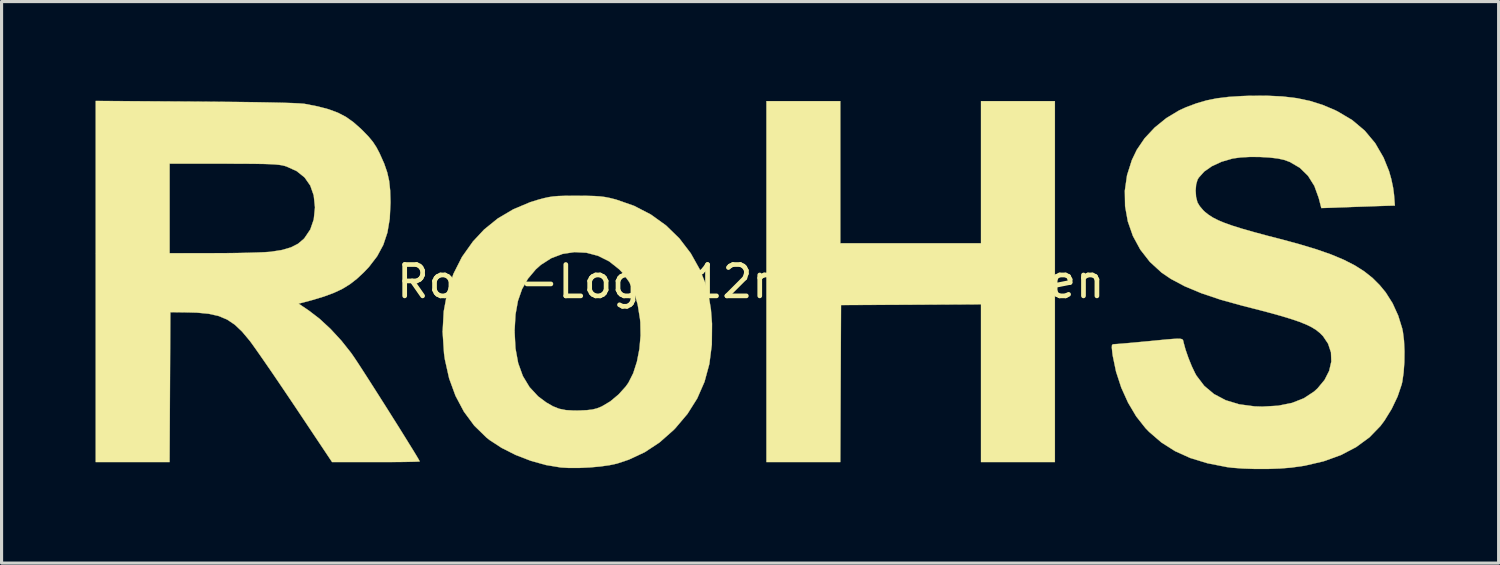
<source format=kicad_pcb>
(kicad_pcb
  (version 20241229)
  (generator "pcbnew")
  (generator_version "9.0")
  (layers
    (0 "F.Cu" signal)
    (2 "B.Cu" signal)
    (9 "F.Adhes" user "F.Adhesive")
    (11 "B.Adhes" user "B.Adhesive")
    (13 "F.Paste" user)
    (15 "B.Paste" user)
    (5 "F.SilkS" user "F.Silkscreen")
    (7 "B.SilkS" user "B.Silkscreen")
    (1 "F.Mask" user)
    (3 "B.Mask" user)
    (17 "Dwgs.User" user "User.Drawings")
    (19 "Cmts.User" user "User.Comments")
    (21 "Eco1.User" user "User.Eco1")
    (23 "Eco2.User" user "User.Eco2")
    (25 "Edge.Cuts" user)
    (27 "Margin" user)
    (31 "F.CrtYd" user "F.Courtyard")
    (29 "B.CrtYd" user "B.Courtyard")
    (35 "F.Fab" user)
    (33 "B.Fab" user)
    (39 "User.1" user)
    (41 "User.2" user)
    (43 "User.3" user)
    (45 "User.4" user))
  (footprint "RoHS-Logo_12mm_SilkScreen"
    (layer "F.Cu")
    (at 20.915 5.939)
    (property "Reference" "RoHS-Logo_12mm_SilkScreen" (at 0 0 0) (layer "F.SilkS") (effects (font (size 1 1) (thickness 0.15))))
    (attr exclude_from_pos_files exclude_from_bom)
    (fp_poly (pts (xy 2.857 -1.225) (xy 7.348 -1.225) (xy 7.348 -5.76) (xy 9.706 -5.76) (xy 9.706 5.76) (xy 7.348 5.76) (xy 7.348 0.725) (xy 5.114 0.737) (xy 2.88 0.748) (xy 2.868 3.254) (xy 2.857 5.76) (xy 0.499 5.76) (xy 0.499 -5.76) (xy 2.857 -5.76) (xy 2.857 -1.225)) (stroke (width 0.01) (type solid)) (fill yes) (layer "F.SilkS"))
    (fp_poly (pts (xy -5.534 -2.74) (xy -5.231 -2.738) (xy -4.997 -2.732) (xy -4.812 -2.72) (xy -4.654 -2.7) (xy -4.502 -2.67) (xy -4.334 -2.628) (xy -4.306 -2.621) (xy -3.726 -2.419) (xy -3.191 -2.142) (xy -2.707 -1.794) (xy -2.28 -1.379) (xy -1.916 -0.903) (xy -1.63 -0.391) (xy -1.464 0.017) (xy -1.347 0.436) (xy -1.273 0.891) (xy -1.238 1.343) (xy -1.244 2.01) (xy -1.323 2.627) (xy -1.478 3.198) (xy -1.71 3.728) (xy -2.02 4.22) (xy -2.41 4.681) (xy -2.47 4.742) (xy -2.913 5.133) (xy -3.382 5.443) (xy -3.893 5.682) (xy -4.271 5.808) (xy -4.508 5.859) (xy -4.807 5.901) (xy -5.142 5.931) (xy -5.486 5.947) (xy -5.81 5.947) (xy -6.065 5.932) (xy -6.538 5.854) (xy -7.026 5.718) (xy -7.505 5.533) (xy -7.95 5.309) (xy -8.337 5.057) (xy -8.44 4.975) (xy -8.828 4.596) (xy -9.157 4.15) (xy -9.425 3.646) (xy -9.629 3.089) (xy -9.764 2.487) (xy -9.792 2.291) (xy -9.837 1.604) (xy -9.836 1.587) (xy -7.54 1.587) (xy -7.512 2.128) (xy -7.425 2.602) (xy -7.276 3.014) (xy -7.063 3.367) (xy -6.787 3.664) (xy -6.531 3.855) (xy -6.319 3.978) (xy -6.119 4.058) (xy -5.904 4.101) (xy -5.644 4.116) (xy -5.466 4.114) (xy -5.232 4.103) (xy -5.059 4.083) (xy -4.917 4.048) (xy -4.775 3.992) (xy -4.753 3.982) (xy -4.484 3.822) (xy -4.221 3.602) (xy -3.993 3.35) (xy -3.906 3.227) (xy -3.753 2.924) (xy -3.635 2.557) (xy -3.555 2.148) (xy -3.518 1.721) (xy -3.526 1.296) (xy -3.537 1.19) (xy -3.611 0.731) (xy -3.723 0.342) (xy -3.88 0.013) (xy -4.085 -0.271) (xy -4.198 -0.39) (xy -4.52 -0.646) (xy -4.873 -0.823) (xy -5.247 -0.922) (xy -5.628 -0.942) (xy -6.006 -0.885) (xy -6.368 -0.749) (xy -6.702 -0.535) (xy -6.865 -0.389) (xy -7.113 -0.094) (xy -7.301 0.238) (xy -7.433 0.616) (xy -7.511 1.051) (xy -7.539 1.554) (xy -7.54 1.587) (xy -9.836 1.587) (xy -9.801 0.949) (xy -9.686 0.33) (xy -9.491 -0.25) (xy -9.218 -0.789) (xy -8.868 -1.282) (xy -8.511 -1.664) (xy -8.077 -2.015) (xy -7.581 -2.308) (xy -7.037 -2.537) (xy -6.777 -2.617) (xy -6.604 -2.663) (xy -6.455 -2.696) (xy -6.308 -2.718) (xy -6.144 -2.732) (xy -5.94 -2.738) (xy -5.676 -2.74) (xy -5.534 -2.74)) (stroke (width 0.01) (type solid)) (fill yes) (layer "F.SilkS"))
    (fp_poly (pts (xy -17.723 -5.746) (xy -17.011 -5.74) (xy -16.374 -5.734) (xy -15.816 -5.727) (xy -15.337 -5.718) (xy -14.941 -5.709) (xy -14.628 -5.699) (xy -14.402 -5.688) (xy -14.264 -5.677) (xy -14.242 -5.674) (xy -13.821 -5.592) (xy -13.473 -5.5) (xy -13.179 -5.391) (xy -12.922 -5.257) (xy -12.684 -5.088) (xy -12.446 -4.878) (xy -12.395 -4.828) (xy -12.204 -4.631) (xy -12.063 -4.461) (xy -11.951 -4.29) (xy -11.846 -4.09) (xy -11.841 -4.078) (xy -11.702 -3.767) (xy -11.606 -3.489) (xy -11.544 -3.215) (xy -11.512 -2.914) (xy -11.501 -2.557) (xy -11.501 -2.517) (xy -11.525 -2.009) (xy -11.6 -1.565) (xy -11.732 -1.17) (xy -11.927 -0.809) (xy -12.19 -0.467) (xy -12.356 -0.293) (xy -12.577 -0.087) (xy -12.799 0.085) (xy -13.037 0.231) (xy -13.308 0.358) (xy -13.626 0.476) (xy -14.009 0.591) (xy -14.281 0.664) (xy -14.434 0.703) (xy -14.1 0.929) (xy -13.76 1.19) (xy -13.41 1.515) (xy -13.07 1.883) (xy -12.761 2.272) (xy -12.716 2.336) (xy -12.638 2.45) (xy -12.524 2.622) (xy -12.382 2.841) (xy -12.216 3.099) (xy -12.033 3.385) (xy -11.839 3.69) (xy -11.639 4.005) (xy -11.44 4.321) (xy -11.247 4.627) (xy -11.068 4.914) (xy -10.907 5.174) (xy -10.77 5.395) (xy -10.664 5.569) (xy -10.595 5.687) (xy -10.568 5.738) (xy -10.568 5.739) (xy -10.612 5.744) (xy -10.735 5.749) (xy -10.927 5.753) (xy -11.177 5.757) (xy -11.474 5.759) (xy -11.807 5.76) (xy -11.966 5.76) (xy -13.365 5.76) (xy -14.523 4.025) (xy -14.773 3.653) (xy -15.019 3.289) (xy -15.253 2.944) (xy -15.47 2.629) (xy -15.662 2.352) (xy -15.822 2.124) (xy -15.943 1.955) (xy -15.999 1.881) (xy -16.239 1.594) (xy -16.473 1.373) (xy -16.717 1.21) (xy -16.988 1.097) (xy -17.303 1.026) (xy -17.677 0.99) (xy -17.959 0.982) (xy -18.528 0.975) (xy -18.54 3.368) (xy -18.552 5.76) (xy -20.91 5.76) (xy -20.91 -3.765) (xy -18.551 -3.765) (xy -18.551 -0.907) (xy -17.134 -0.908) (xy -16.762 -0.909) (xy -16.399 -0.913) (xy -16.062 -0.92) (xy -15.765 -0.929) (xy -15.524 -0.939) (xy -15.354 -0.95) (xy -15.32 -0.953) (xy -14.963 -1.01) (xy -14.679 -1.093) (xy -14.454 -1.207) (xy -14.273 -1.36) (xy -14.246 -1.39) (xy -14.06 -1.665) (xy -13.95 -1.985) (xy -13.912 -2.355) (xy -13.912 -2.381) (xy -13.951 -2.752) (xy -14.061 -3.066) (xy -14.242 -3.324) (xy -14.494 -3.527) (xy -14.819 -3.674) (xy -14.878 -3.693) (xy -14.956 -3.712) (xy -15.052 -3.727) (xy -15.177 -3.74) (xy -15.34 -3.749) (xy -15.551 -3.756) (xy -15.819 -3.76) (xy -16.153 -3.763) (xy -16.563 -3.764) (xy -16.836 -3.765) (xy -18.551 -3.765) (xy -20.91 -3.765) (xy -20.91 -5.767) (xy -17.723 -5.746)) (stroke (width 0.01) (type solid)) (fill yes) (layer "F.SilkS"))
    (fp_poly (pts (xy 16.973 -5.91) (xy 17.432 -5.855) (xy 17.852 -5.766) (xy 18.25 -5.641) (xy 18.641 -5.476) (xy 18.727 -5.434) (xy 19.195 -5.157) (xy 19.595 -4.82) (xy 19.929 -4.421) (xy 20.197 -3.959) (xy 20.371 -3.529) (xy 20.444 -3.273) (xy 20.501 -3.003) (xy 20.531 -2.779) (xy 20.558 -2.427) (xy 20.428 -2.424) (xy 20.346 -2.422) (xy 20.188 -2.417) (xy 19.969 -2.41) (xy 19.704 -2.4) (xy 19.408 -2.39) (xy 19.254 -2.385) (xy 18.211 -2.348) (xy 18.128 -2.669) (xy 17.989 -3.054) (xy 17.787 -3.376) (xy 17.526 -3.632) (xy 17.206 -3.819) (xy 17.032 -3.884) (xy 16.822 -3.93) (xy 16.55 -3.962) (xy 16.244 -3.979) (xy 15.931 -3.98) (xy 15.64 -3.965) (xy 15.398 -3.932) (xy 15.38 -3.929) (xy 15.028 -3.827) (xy 14.721 -3.686) (xy 14.473 -3.514) (xy 14.297 -3.317) (xy 14.261 -3.257) (xy 14.215 -3.104) (xy 14.199 -2.905) (xy 14.213 -2.699) (xy 14.258 -2.527) (xy 14.258 -2.526) (xy 14.33 -2.408) (xy 14.441 -2.277) (xy 14.495 -2.226) (xy 14.614 -2.132) (xy 14.752 -2.043) (xy 14.92 -1.958) (xy 15.125 -1.873) (xy 15.376 -1.784) (xy 15.683 -1.688) (xy 16.055 -1.582) (xy 16.499 -1.462) (xy 16.873 -1.366) (xy 17.501 -1.197) (xy 18.046 -1.033) (xy 18.519 -0.868) (xy 18.926 -0.698) (xy 19.277 -0.519) (xy 19.58 -0.327) (xy 19.844 -0.118) (xy 20.076 0.114) (xy 20.267 0.346) (xy 20.485 0.691) (xy 20.665 1.086) (xy 20.791 1.492) (xy 20.815 1.607) (xy 20.85 1.89) (xy 20.865 2.221) (xy 20.861 2.569) (xy 20.837 2.903) (xy 20.796 3.191) (xy 20.775 3.283) (xy 20.646 3.665) (xy 20.458 4.06) (xy 20.229 4.432) (xy 20.097 4.609) (xy 19.746 4.971) (xy 19.324 5.28) (xy 18.835 5.536) (xy 18.283 5.735) (xy 17.672 5.877) (xy 17.245 5.937) (xy 16.893 5.965) (xy 16.5 5.979) (xy 16.095 5.979) (xy 15.707 5.966) (xy 15.363 5.94) (xy 15.195 5.919) (xy 14.575 5.797) (xy 14.026 5.629) (xy 13.539 5.409) (xy 13.105 5.133) (xy 12.716 4.798) (xy 12.596 4.674) (xy 12.303 4.303) (xy 12.043 3.865) (xy 11.825 3.383) (xy 11.659 2.875) (xy 11.553 2.365) (xy 11.539 2.257) (xy 11.524 2.11) (xy 11.528 2.032) (xy 11.555 2.001) (xy 11.614 1.996) (xy 11.617 1.996) (xy 11.694 1.991) (xy 11.845 1.979) (xy 12.056 1.961) (xy 12.311 1.938) (xy 12.594 1.911) (xy 12.655 1.906) (xy 13.003 1.872) (xy 13.271 1.846) (xy 13.47 1.83) (xy 13.611 1.822) (xy 13.704 1.824) (xy 13.76 1.836) (xy 13.79 1.857) (xy 13.803 1.889) (xy 13.812 1.932) (xy 13.813 1.939) (xy 13.876 2.17) (xy 13.968 2.435) (xy 14.075 2.7) (xy 14.184 2.928) (xy 14.226 3.003) (xy 14.474 3.328) (xy 14.785 3.589) (xy 15.158 3.786) (xy 15.59 3.917) (xy 16.08 3.982) (xy 16.329 3.99) (xy 16.834 3.961) (xy 17.275 3.872) (xy 17.654 3.723) (xy 17.976 3.511) (xy 18.089 3.409) (xy 18.314 3.138) (xy 18.461 2.849) (xy 18.53 2.552) (xy 18.519 2.259) (xy 18.426 1.98) (xy 18.266 1.742) (xy 18.164 1.639) (xy 18.046 1.544) (xy 17.903 1.455) (xy 17.727 1.369) (xy 17.508 1.281) (xy 17.239 1.19) (xy 16.912 1.091) (xy 16.518 0.982) (xy 16.049 0.86) (xy 15.707 0.773) (xy 15.003 0.579) (xy 14.384 0.371) (xy 13.852 0.149) (xy 13.408 -0.087) (xy 13.116 -0.284) (xy 12.739 -0.629) (xy 12.432 -1.023) (xy 12.196 -1.458) (xy 12.034 -1.923) (xy 11.947 -2.408) (xy 11.939 -2.903) (xy 12.01 -3.397) (xy 12.164 -3.881) (xy 12.32 -4.206) (xy 12.57 -4.574) (xy 12.891 -4.917) (xy 13.265 -5.22) (xy 13.674 -5.466) (xy 13.889 -5.564) (xy 14.223 -5.689) (xy 14.544 -5.783) (xy 14.876 -5.85) (xy 15.241 -5.895) (xy 15.664 -5.922) (xy 15.876 -5.93) (xy 16.46 -5.934) (xy 16.973 -5.91)) (stroke (width 0.01) (type solid)) (fill yes) (layer "F.SilkS")))
  (gr_rect
    (start -3 -3)
    (end 44.785 14.923)
    (stroke (width 0.1) (type default))
    (fill no)
    (layer "Edge.Cuts")))
</source>
